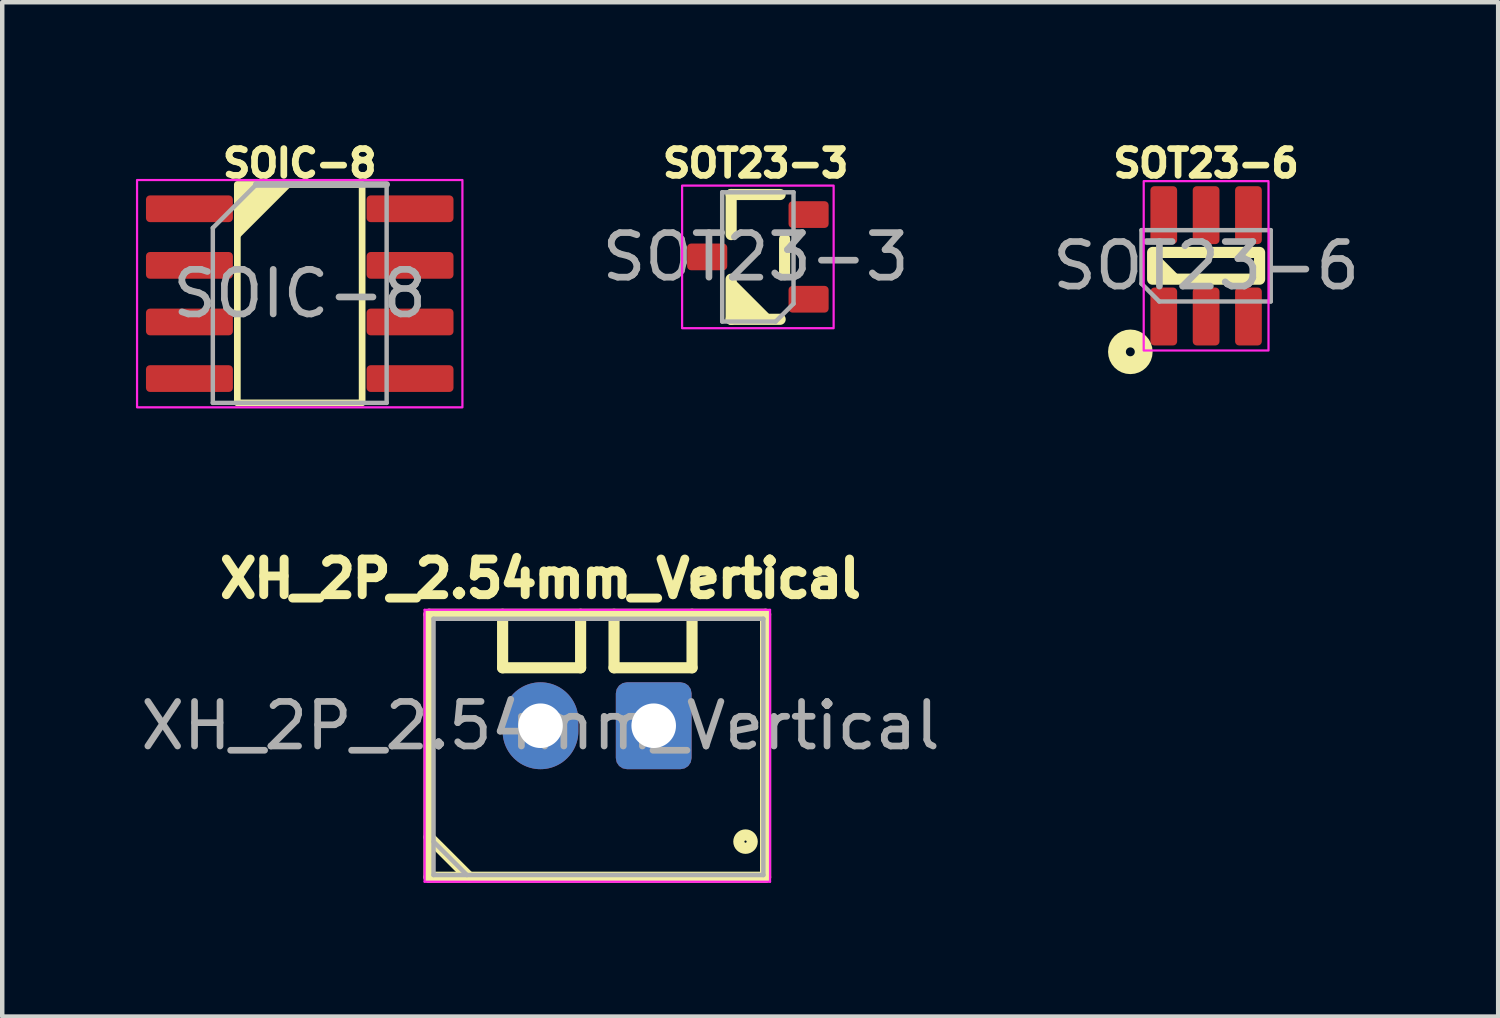
<source format=kicad_pcb>
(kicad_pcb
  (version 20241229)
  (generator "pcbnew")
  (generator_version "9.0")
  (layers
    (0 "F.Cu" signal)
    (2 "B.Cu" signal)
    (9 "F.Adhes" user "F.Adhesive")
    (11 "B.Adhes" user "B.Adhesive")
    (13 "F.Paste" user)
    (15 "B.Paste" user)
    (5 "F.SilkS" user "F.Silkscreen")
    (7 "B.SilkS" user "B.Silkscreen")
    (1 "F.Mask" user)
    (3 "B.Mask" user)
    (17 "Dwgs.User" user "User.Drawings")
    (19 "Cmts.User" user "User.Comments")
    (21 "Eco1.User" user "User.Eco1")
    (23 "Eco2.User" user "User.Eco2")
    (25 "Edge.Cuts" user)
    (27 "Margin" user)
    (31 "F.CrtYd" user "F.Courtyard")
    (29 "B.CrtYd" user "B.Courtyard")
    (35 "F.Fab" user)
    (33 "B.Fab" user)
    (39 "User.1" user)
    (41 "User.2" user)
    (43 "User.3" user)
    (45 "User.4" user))
  (footprint "SOT23-3"
    (layer "F.Cu")
    (at 13.904 2.714)
    (property "Reference" "SOT23-3" (at 0 -2.1 0) (unlocked yes) (layer "F.SilkS") (effects (font (size 0.6 0.6) (thickness 0.15) (bold yes))))
    (attr smd)
    (fp_line (start -0.55 -0.5) (end -0.55 -1.4) (stroke (width 0.25) (type default)) (layer "F.SilkS"))
    (fp_line (start -0.55 1.4) (end -0.55 0.5) (stroke (width 0.25) (type default)) (layer "F.SilkS"))
    (fp_line (start -0.55 1.4) (end 0.55 1.4) (stroke (width 0.25) (type default)) (layer "F.SilkS"))
    (fp_line (start 0.55 -1.4) (end -0.55 -1.4) (stroke (width 0.25) (type default)) (layer "F.SilkS"))
    (fp_line (start 0.65 0.4) (end 0.65 -0.4) (stroke (width 0.25) (type default)) (layer "F.SilkS"))
    (fp_poly (pts (xy -0.52 1.33) (xy 0.28 1.33) (xy -0.505 0.545) (xy -0.52 0.545)) (stroke (width 0.1) (type solid)) (fill yes) (layer "F.SilkS"))
    (fp_rect (start -1.65 1.6) (end 1.75 -1.6) (stroke (width 0.05) (type default)) (fill no) (layer "F.CrtYd"))
    (fp_line (start -0.75 -1.45) (end 0.85 -1.45) (stroke (width 0.1) (type solid)) (layer "F.Fab"))
    (fp_line (start -0.75 1.45) (end -0.75 -1.45) (stroke (width 0.1) (type solid)) (layer "F.Fab"))
    (fp_line (start 0.45 1.45) (end -0.75 1.45) (stroke (width 0.1) (type solid)) (layer "F.Fab"))
    (fp_line (start 0.85 -1.45) (end 0.85 1.05) (stroke (width 0.1) (type solid)) (layer "F.Fab"))
    (fp_line (start 0.85 1.05) (end 0.45 1.45) (stroke (width 0.1) (type solid)) (layer "F.Fab"))
    (fp_text user "${REFERENCE}" (at 0 0 0) (unlocked yes) (layer "F.Fab") (effects (font (size 1 1) (thickness 0.15))))
    (pad "1" smd roundrect (at 1.188 0.95 180) (size 0.9 0.6) (layers "F.Cu" "F.Mask" "F.Paste") (roundrect_rratio 0.15))
    (pad "2" smd roundrect (at 1.188 -0.95 180) (size 0.9 0.6) (layers "F.Cu" "F.Mask" "F.Paste") (roundrect_rratio 0.15))
    (pad "3" smd roundrect (at -1.087 0 180) (size 0.9 0.6) (layers "F.Cu" "F.Mask" "F.Paste") (roundrect_rratio 0.15)))
  (footprint "XH_2P_2.54mm_Vertical"
    (layer "F.Cu")
    (at 9.077 13.233)
    (property "Reference" "XH_2P_2.54mm_Vertical" (at 0 -3.3 0) (unlocked yes) (layer "F.SilkS") (effects (font (size 0.8 0.8) (thickness 0.2) (bold yes))))
    (attr through_hole)
    (fp_line (start -2.5 -2.5) (end 5.05 -2.5) (stroke (width 0.25) (type solid)) (layer "F.SilkS"))
    (fp_line (start -2.5 2.5) (end -1.6 3.4) (stroke (width 0.25) (type solid)) (layer "F.SilkS"))
    (fp_line (start -2.5 3.4) (end -2.5 -2.5) (stroke (width 0.25) (type solid)) (layer "F.SilkS"))
    (fp_line (start -2.5 3.4) (end 5.05 3.4) (stroke (width 0.25) (type solid)) (layer "F.SilkS"))
    (fp_line (start -0.85 -2.5) (end -0.85 -1.3) (stroke (width 0.25) (type solid)) (layer "F.SilkS"))
    (fp_line (start -0.85 -1.3) (end 0.9 -1.3) (stroke (width 0.25) (type solid)) (layer "F.SilkS"))
    (fp_line (start 0.9 -1.3) (end 0.9 -2.5) (stroke (width 0.25) (type solid)) (layer "F.SilkS"))
    (fp_line (start 1.65 -2.5) (end 1.65 -1.3) (stroke (width 0.25) (type solid)) (layer "F.SilkS"))
    (fp_line (start 1.65 -1.3) (end 3.4 -1.3) (stroke (width 0.25) (type solid)) (layer "F.SilkS"))
    (fp_line (start 3.4 -1.3) (end 3.4 -2.5) (stroke (width 0.25) (type solid)) (layer "F.SilkS"))
    (fp_line (start 5.05 3.4) (end 5.05 -2.5) (stroke (width 0.25) (type solid)) (layer "F.SilkS"))
    (fp_circle (center 4.6 2.6) (end 4.6 2.45) (stroke (width 0.25) (type solid)) (fill no) (layer "F.SilkS"))
    (fp_line (start -2.6 -2.6) (end -2.6 3.5) (stroke (width 0.05) (type solid)) (layer "F.CrtYd"))
    (fp_line (start -2.6 -2.6) (end 5.15 -2.6) (stroke (width 0.05) (type solid)) (layer "F.CrtYd"))
    (fp_line (start -2.6 3.5) (end 5.15 3.5) (stroke (width 0.05) (type solid)) (layer "F.CrtYd"))
    (fp_line (start 5.15 -2.6) (end 5.15 3.5) (stroke (width 0.05) (type solid)) (layer "F.CrtYd"))
    (fp_line (start -2.4 2.6) (end -1.65 3.35) (stroke (width 0.1) (type solid)) (layer "F.Fab"))
    (fp_line (start -2.4 3.35) (end -2.4 -2.4) (stroke (width 0.1) (type solid)) (layer "F.Fab"))
    (fp_line (start 5 -2.4) (end -2.4 -2.4) (stroke (width 0.1) (type solid)) (layer "F.Fab"))
    (fp_line (start 5 3.35) (end -2.4 3.35) (stroke (width 0.1) (type solid)) (layer "F.Fab"))
    (fp_line (start 5 3.35) (end 5 -2.4) (stroke (width 0.1) (type solid)) (layer "F.Fab"))
    (fp_text user "${REFERENCE}" (at 0 0 0) (unlocked yes) (layer "F.Fab") (effects (font (size 1 1) (thickness 0.15))))
    (pad "1" thru_hole roundrect (at 2.54 0 90) (size 1.95 1.7) (drill 1) (layers "*.Cu" "*.Mask") (roundrect_rratio 0.147))
    (pad "2" thru_hole oval (at 0 0 90) (size 1.95 1.7) (drill 1) (layers "*.Cu" "*.Mask")))
  (footprint "SOIC-8"
    (layer "F.Cu")
    (at 3.675 3.539)
    (property "Reference" "SOIC-8" (at 0 -2.925 0) (unlocked yes) (layer "F.SilkS") (effects (font (size 0.6 0.6) (thickness 0.15) (bold yes))))
    (attr smd)
    (fp_rect (start -1.4 -2.45) (end 1.4 2.45) (stroke (width 0.15) (type default)) (fill no) (layer "F.SilkS"))
    (fp_poly (pts (xy -1.4 -2.45) (xy -1.4 -1.275) (xy -0.225 -2.45)) (stroke (width 0.1) (type solid)) (fill yes) (layer "F.SilkS"))
    (fp_rect (start -3.65 -2.55) (end 3.65 2.55) (stroke (width 0.05) (type default)) (fill no) (layer "F.CrtYd"))
    (fp_line (start -1.95 -1.475) (end -0.975 -2.45) (stroke (width 0.1) (type solid)) (layer "F.Fab"))
    (fp_line (start -1.95 2.45) (end -1.95 -1.475) (stroke (width 0.1) (type solid)) (layer "F.Fab"))
    (fp_line (start -0.975 -2.45) (end 1.95 -2.45) (stroke (width 0.15) (type solid)) (layer "F.Fab"))
    (fp_line (start 1.95 -2.45) (end 1.95 2.45) (stroke (width 0.1) (type solid)) (layer "F.Fab"))
    (fp_line (start 1.95 2.45) (end -1.95 2.45) (stroke (width 0.1) (type solid)) (layer "F.Fab"))
    (fp_text user "${REFERENCE}" (at 0 0 0) (unlocked yes) (layer "F.Fab") (effects (font (size 1 1) (thickness 0.15))))
    (pad "1" smd roundrect (at -2.475 -1.905) (size 1.95 0.6) (layers "F.Cu" "F.Mask" "F.Paste") (roundrect_rratio 0.15))
    (pad "2" smd roundrect (at -2.475 -0.635) (size 1.95 0.6) (layers "F.Cu" "F.Mask" "F.Paste") (roundrect_rratio 0.15))
    (pad "3" smd roundrect (at -2.475 0.635) (size 1.95 0.6) (layers "F.Cu" "F.Mask" "F.Paste") (roundrect_rratio 0.15))
    (pad "4" smd roundrect (at -2.475 1.905) (size 1.95 0.6) (layers "F.Cu" "F.Mask" "F.Paste") (roundrect_rratio 0.15))
    (pad "5" smd roundrect (at 2.475 1.905) (size 1.95 0.6) (layers "F.Cu" "F.Mask" "F.Paste") (roundrect_rratio 0.15))
    (pad "6" smd roundrect (at 2.475 0.635) (size 1.95 0.6) (layers "F.Cu" "F.Mask" "F.Paste") (roundrect_rratio 0.15))
    (pad "7" smd roundrect (at 2.475 -0.635) (size 1.95 0.6) (layers "F.Cu" "F.Mask" "F.Paste") (roundrect_rratio 0.15))
    (pad "8" smd roundrect (at 2.475 -1.905) (size 1.95 0.6) (layers "F.Cu" "F.Mask" "F.Paste") (roundrect_rratio 0.15)))
  (footprint "SOT23-6"
    (layer "F.Cu")
    (at 24.011 2.914)
    (property "Reference" "SOT23-6" (at 0 -2.3 0) (unlocked yes) (layer "F.SilkS") (effects (font (size 0.6 0.6) (thickness 0.15) (bold yes))))
    (attr smd)
    (fp_rect (start -1.2 0.3) (end 1.2 -0.3) (stroke (width 0.25) (type default)) (fill no) (layer "F.SilkS"))
    (fp_circle (center -1.7 1.93) (end -1.6 1.93) (stroke (width 0.4) (type default)) (fill no) (layer "F.SilkS"))
    (fp_poly (pts (xy -1.2 -0.3) (xy -1.2 0.3) (xy -0.6 0.3)) (stroke (width 0.1) (type solid)) (fill yes) (layer "F.SilkS"))
    (fp_rect (start -1.4 1.9) (end 1.4 -1.9) (stroke (width 0.05) (type default)) (fill no) (layer "F.CrtYd"))
    (fp_line (start -1.45 -0.8) (end 1.45 -0.8) (stroke (width 0.1) (type solid)) (layer "F.Fab"))
    (fp_line (start -1.45 0.4) (end -1.45 -0.8) (stroke (width 0.1) (type solid)) (layer "F.Fab"))
    (fp_line (start -1.05 0.8) (end -1.45 0.4) (stroke (width 0.1) (type solid)) (layer "F.Fab"))
    (fp_line (start 1.45 -0.8) (end 1.45 0.8) (stroke (width 0.1) (type solid)) (layer "F.Fab"))
    (fp_line (start 1.45 0.8) (end -1.05 0.8) (stroke (width 0.1) (type solid)) (layer "F.Fab"))
    (fp_text user "${REFERENCE}" (at 0 0 0) (unlocked yes) (layer "F.Fab") (effects (font (size 1 1) (thickness 0.15))))
    (pad "1" smd roundrect (at -0.95 1.137 90) (size 1.3 0.6) (layers "F.Cu" "F.Mask" "F.Paste") (roundrect_rratio 0.15))
    (pad "2" smd roundrect (at 0 1.137 90) (size 1.3 0.6) (layers "F.Cu" "F.Mask" "F.Paste") (roundrect_rratio 0.15))
    (pad "3" smd roundrect (at 0.95 1.137 90) (size 1.3 0.6) (layers "F.Cu" "F.Mask" "F.Paste") (roundrect_rratio 0.15))
    (pad "4" smd roundrect (at 0.95 -1.137 90) (size 1.3 0.6) (layers "F.Cu" "F.Mask" "F.Paste") (roundrect_rratio 0.15))
    (pad "5" smd roundrect (at 0 -1.137 90) (size 1.3 0.6) (layers "F.Cu" "F.Mask" "F.Paste") (roundrect_rratio 0.15))
    (pad "6" smd roundrect (at -0.95 -1.137 90) (size 1.3 0.6) (layers "F.Cu" "F.Mask" "F.Paste") (roundrect_rratio 0.15)))
  (gr_rect
    (start -3 -3)
    (end 30.564 19.758)
    (stroke (width 0.1) (type default))
    (fill no)
    (layer "Edge.Cuts")))
</source>
